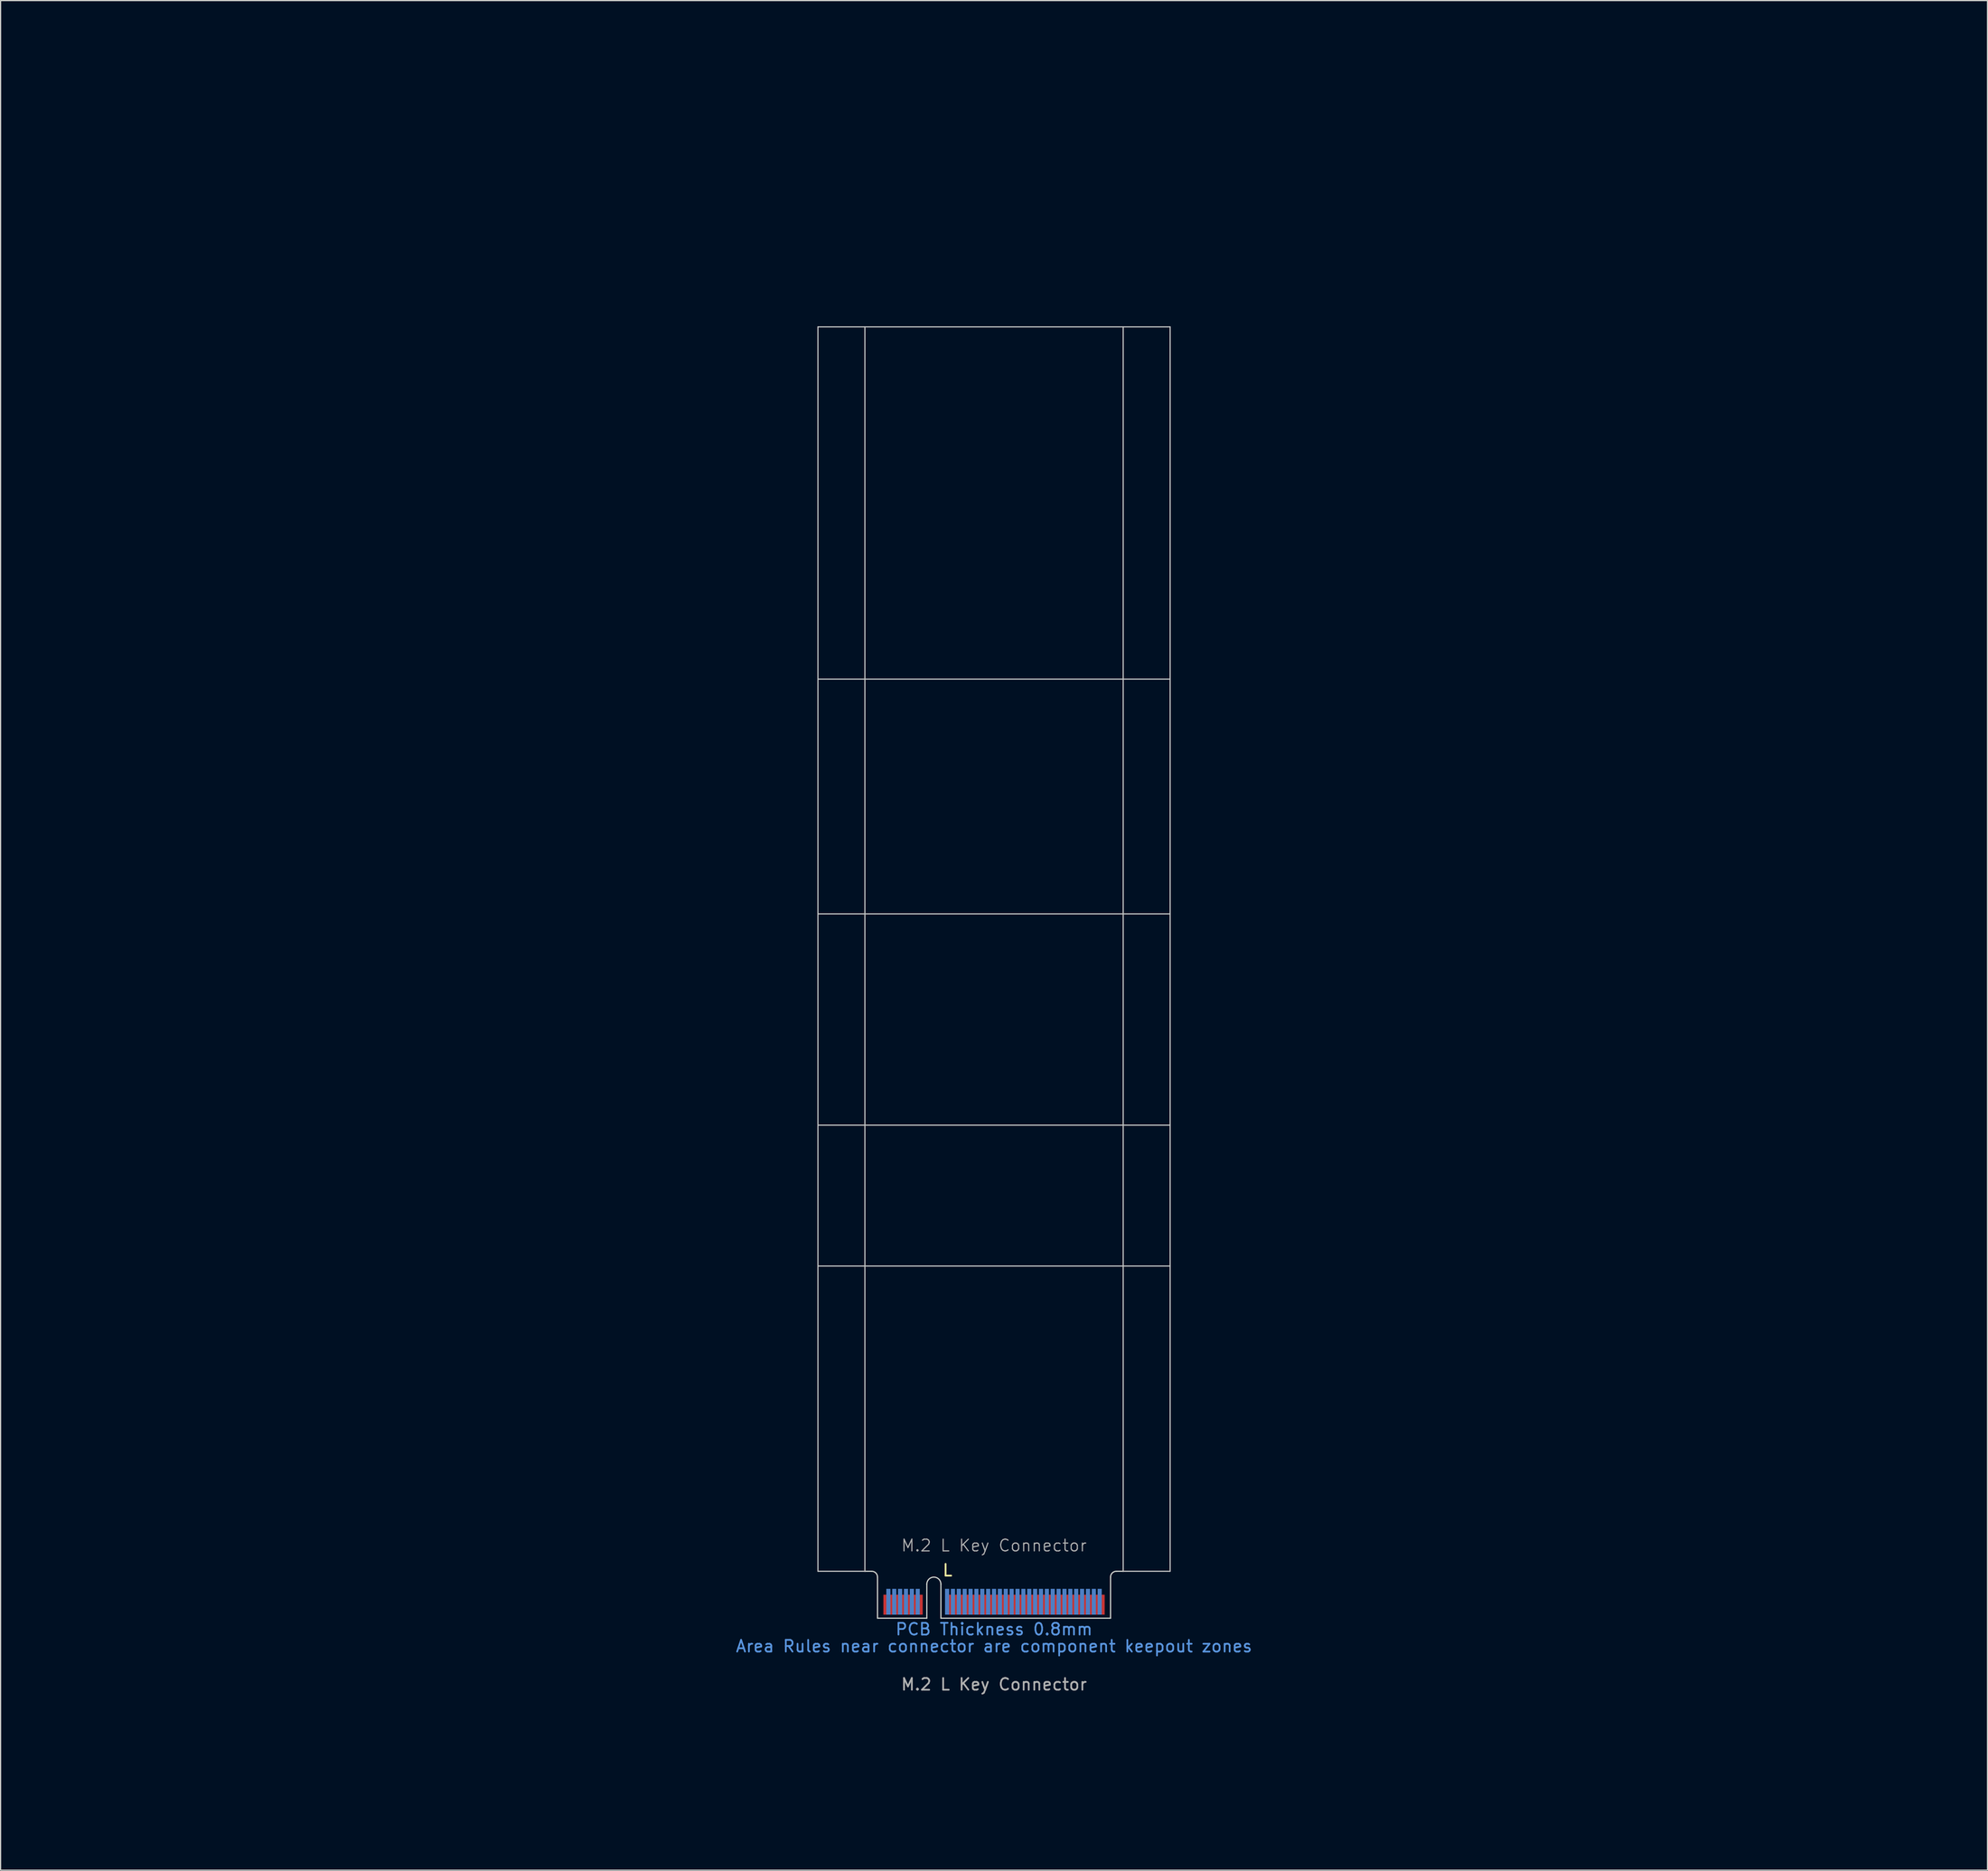
<source format=kicad_pcb>
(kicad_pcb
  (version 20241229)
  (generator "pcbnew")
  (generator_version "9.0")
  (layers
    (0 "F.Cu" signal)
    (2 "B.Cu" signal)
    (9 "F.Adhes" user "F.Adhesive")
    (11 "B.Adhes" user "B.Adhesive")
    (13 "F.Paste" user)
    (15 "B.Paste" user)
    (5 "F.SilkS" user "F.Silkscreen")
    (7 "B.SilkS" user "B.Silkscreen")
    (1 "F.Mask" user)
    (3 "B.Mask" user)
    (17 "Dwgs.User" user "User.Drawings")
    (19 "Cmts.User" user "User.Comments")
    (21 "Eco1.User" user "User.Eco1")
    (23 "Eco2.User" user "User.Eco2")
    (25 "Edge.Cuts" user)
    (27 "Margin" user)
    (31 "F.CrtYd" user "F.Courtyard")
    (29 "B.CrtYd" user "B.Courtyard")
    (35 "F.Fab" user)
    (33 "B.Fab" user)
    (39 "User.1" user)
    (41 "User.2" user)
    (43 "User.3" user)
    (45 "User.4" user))
  (footprint "M.2 L Key Connector"
    (layer "F.Cu")
    (at 81.624 133.687)
    (property "Reference" "M.2 L Key Connector" (at 0 -5.08 0) (unlocked yes) (layer "F.Fab") (effects (font (size 1 1) (thickness 0.1))))
    (attr exclude_from_pos_files exclude_from_bom allow_soldermask_bridges)
    (fp_rect (start -9.925 -0.94) (end 9.925 1.11) (stroke (width 0) (type default)) (fill yes) (layer "F.Mask"))
    (fp_rect (start -9.925 -1.44) (end 9.925 1.11) (stroke (width 0) (type default)) (fill yes) (layer "B.Mask"))
    (fp_line (start -15 -108.89) (end 15 -108.89) (stroke (width 0.1) (type default)) (layer "Dwgs.User"))
    (fp_line (start -15 -78.89) (end 15 -78.89) (stroke (width 0.1) (type default)) (layer "Dwgs.User"))
    (fp_line (start -15 -58.89) (end 15 -58.89) (stroke (width 0.1) (type default)) (layer "Dwgs.User"))
    (fp_line (start -15 -40.89) (end 15 -40.89) (stroke (width 0.1) (type default)) (layer "Dwgs.User"))
    (fp_line (start -15 -28.89) (end 15 -28.89) (stroke (width 0.1) (type default)) (layer "Dwgs.User"))
    (fp_line (start -15 -2.89) (end -15 -108.89) (stroke (width 0.1) (type default)) (layer "Dwgs.User"))
    (fp_line (start -11 -2.89) (end -15 -2.89) (stroke (width 0.1) (type default)) (layer "Dwgs.User"))
    (fp_line (start -11 -2.89) (end -11 -108.89) (stroke (width 0.1) (type default)) (layer "Dwgs.User"))
    (fp_line (start 11 -108.89) (end 11 -2.89) (stroke (width 0.1) (type default)) (layer "Dwgs.User"))
    (fp_line (start 11 -2.89) (end 15 -2.89) (stroke (width 0.1) (type default)) (layer "Dwgs.User"))
    (fp_line (start 15 -108.89) (end 15 -2.89) (stroke (width 0.1) (type default)) (layer "Dwgs.User"))
    (fp_line (start -11 -2.89) (end -10.425 -2.89) (stroke (width 0.1) (type default)) (layer "Edge.Cuts"))
    (fp_line (start -9.925 -2.39) (end -9.925 1.11) (stroke (width 0.1) (type default)) (layer "Edge.Cuts"))
    (fp_line (start -5.725 -1.79) (end -5.725 1.11) (stroke (width 0.1) (type default)) (layer "Edge.Cuts"))
    (fp_line (start -5.725 1.11) (end -9.925 1.11) (stroke (width 0.1) (type default)) (layer "Edge.Cuts"))
    (fp_line (start -4.525 -1.79) (end -4.525 1.11) (stroke (width 0.1) (type default)) (layer "Edge.Cuts"))
    (fp_line (start -4.525 1.11) (end 9.925 1.11) (stroke (width 0.1) (type default)) (layer "Edge.Cuts"))
    (fp_line (start 9.925 -2.39) (end 9.925 1.11) (stroke (width 0.1) (type default)) (layer "Edge.Cuts"))
    (fp_line (start 10.425 -2.89) (end 11 -2.89) (stroke (width 0.1) (type default)) (layer "Edge.Cuts"))
    (fp_arc (start -10.425 -2.89) (mid -10.071447 -2.743553) (end -9.925 -2.39) (stroke (width 0.1) (type default)) (layer "Edge.Cuts"))
    (fp_arc (start -5.725 -1.79) (mid -5.125 -2.39) (end -4.525 -1.79) (stroke (width 0.1) (type default)) (layer "Edge.Cuts"))
    (fp_arc (start 9.925 -2.39) (mid 10.071447 -2.743553) (end 10.425 -2.89) (stroke (width 0.1) (type default)) (layer "Edge.Cuts"))
    (fp_line (start -0.71 -109.6) (end 0.71 -108.18) (stroke (width 0.15) (type default)) (layer "User.3"))
    (fp_line (start -0.71 -79.6) (end 0.71 -78.18) (stroke (width 0.15) (type default)) (layer "User.3"))
    (fp_line (start -0.71 -59.6) (end 0.71 -58.18) (stroke (width 0.15) (type default)) (layer "User.3"))
    (fp_line (start -0.71 -41.6) (end 0.71 -40.18) (stroke (width 0.15) (type default)) (layer "User.3"))
    (fp_line (start -0.71 -29.6) (end 0.71 -28.18) (stroke (width 0.15) (type default)) (layer "User.3"))
    (fp_line (start 0.71 -109.6) (end -0.71 -108.18) (stroke (width 0.15) (type default)) (layer "User.3"))
    (fp_line (start 0.71 -79.6) (end -0.71 -78.18) (stroke (width 0.15) (type default)) (layer "User.3"))
    (fp_line (start 0.71 -59.6) (end -0.71 -58.18) (stroke (width 0.15) (type default)) (layer "User.3"))
    (fp_line (start 0.71 -41.6) (end -0.71 -40.18) (stroke (width 0.15) (type default)) (layer "User.3"))
    (fp_line (start 0.71 -29.6) (end -0.71 -28.18) (stroke (width 0.15) (type default)) (layer "User.3"))
    (fp_rect (start -15 -108.89) (end 15 -105.09) (stroke (width 0.1) (type default)) (fill no) (layer "User.4"))
    (fp_rect (start -15 -78.89) (end 15 -75.09) (stroke (width 0.1) (type default)) (fill no) (layer "User.4"))
    (fp_rect (start -15 -58.89) (end 15 -55.09) (stroke (width 0.1) (type default)) (fill no) (layer "User.4"))
    (fp_rect (start -15 -40.89) (end 15 -37.09) (stroke (width 0.1) (type default)) (fill no) (layer "User.4"))
    (fp_rect (start -15 -28.89) (end 15 -25.09) (stroke (width 0.1) (type default)) (fill no) (layer "User.4"))
    (fp_text user "L" (at -4.465 -2.385 0) (unlocked yes) (layer "F.SilkS") (effects (font (size 1 1) (thickness 0.15)) (justify left bottom)))
    (fp_text user "Area Rules near connector are component keepout zones" (at 0 3.5 0) (unlocked yes) (layer "Cmts.User") (effects (font (size 1 1) (thickness 0.15))))
    (fp_text user "PCB Thickness 0.8mm" (at 0 2.05 0) (unlocked yes) (layer "Cmts.User") (effects (font (size 1 1) (thickness 0.15))))
    (fp_text user "${REFERENCE}" (at 0 6.75 0) (unlocked yes) (layer "F.Fab") (effects (font (size 1 1) (thickness 0.15))))
    (fp_text user "Standard 22, 30mm widths and 30, 42, 60, 80, 110mm lengths shown in Blue (User.2 Layer)" (at 0 18.055 0) (unlocked yes) (layer "User.2") (effects (font (size 2 2) (thickness 0.2))))
    (fp_text user "Place grounded \"M.2 Mounting Pad\" footprint from library on Teal (User.3 Layer) X's" (at 0 13.4 0) (unlocked yes) (layer "User.3") (effects (font (size 2 2) (thickness 0.2))))
    (fp_text user "Yellow areas (User.4 Layer) reserverd for RF recepticals or for components when no RF recepticals used." (at 0 8.83 0) (unlocked yes) (layer "User.4") (effects (font (size 2 2) (thickness 0.2))))
    (dimension (type orthogonal) (layer "User.2") (pts (xy 66.624 23.687) (xy 96.624 23.687)) (height -17.83) (orientation 0) (format (prefix "") (suffix "") (units 3) (units_format 0) (precision 4) (suppress_zeroes yes)) (style (thickness 0.1) (arrow_length 1.27) (text_position_mode 0) (arrow_direction outward) (extension_height 0.586) (extension_offset 0.5) (keep_text_aligned yes)) (gr_text "30" (at 81.624 2.457 0) (layer "User.2") (effects (font (size 3 3) (thickness 0.4)))))
    (dimension (type orthogonal) (layer "User.2") (pts (xy 91.549 134.797) (xy 96.624 104.797)) (height 20.795) (orientation 1) (format (prefix "") (suffix "") (units 3) (units_format 0) (precision 4) (suppress_zeroes yes)) (style (thickness 0.1) (arrow_length 1.27) (text_position_mode 0) (arrow_direction outward) (extension_height 0.586) (extension_offset 0.5) (keep_text_aligned yes)) (gr_text "30" (at 109.044 119.797 90) (layer "User.2") (effects (font (size 3 3) (thickness 0.3)))))
    (dimension (type orthogonal) (layer "User.2") (pts (xy 70.624 24.797) (xy 92.624 24.797)) (height -12.48) (orientation 0) (format (prefix "") (suffix "") (units 3) (units_format 0) (precision 4) (suppress_zeroes yes)) (style (thickness 0.1) (arrow_length 1.27) (text_position_mode 0) (arrow_direction outward) (extension_height 0.586) (extension_offset 0.5) (keep_text_aligned yes)) (gr_text "22" (at 81.624 8.917 0) (layer "User.2") (effects (font (size 3 3) (thickness 0.4)))))
    (dimension (type orthogonal) (layer "User.2") (pts (xy 91.549 134.797) (xy 96.624 24.797)) (height 69.74) (orientation 1) (format (prefix "") (suffix "") (units 3) (units_format 0) (precision 4) (suppress_zeroes yes)) (style (thickness 0.1) (arrow_length 1.27) (text_position_mode 0) (arrow_direction outward) (extension_height 0.586) (extension_offset 0.5) (keep_text_aligned yes)) (gr_text "110" (at 157.989 79.797 90) (layer "User.2") (effects (font (size 3 3) (thickness 0.3)))))
    (dimension (type orthogonal) (layer "User.2") (pts (xy 91.549 134.797) (xy 96.624 74.797)) (height 45.245) (orientation 1) (format (prefix "") (suffix "") (units 3) (units_format 0) (precision 4) (suppress_zeroes yes)) (style (thickness 0.1) (arrow_length 1.27) (text_position_mode 0) (arrow_direction outward) (extension_height 0.586) (extension_offset 0.5) (keep_text_aligned yes)) (gr_text "60" (at 133.494 104.797 90) (layer "User.2") (effects (font (size 3 3) (thickness 0.3)))))
    (dimension (type orthogonal) (layer "User.2") (pts (xy 91.534 134.797) (xy 96.624 54.797)) (height 58.985) (orientation 1) (format (prefix "") (suffix "") (units 3) (units_format 0) (precision 4) (suppress_zeroes yes)) (style (thickness 0.1) (arrow_length 1.27) (text_position_mode 0) (arrow_direction outward) (extension_height 0.586) (extension_offset 0.5) (keep_text_aligned yes)) (gr_text "80" (at 147.219 94.797 90) (layer "User.2") (effects (font (size 3 3) (thickness 0.3)))))
    (dimension (type orthogonal) (layer "User.2") (pts (xy 91.549 134.797) (xy 96.624 92.797)) (height 32.695) (orientation 1) (format (prefix "") (suffix "") (units 3) (units_format 0) (precision 4) (suppress_zeroes yes)) (style (thickness 0.1) (arrow_length 1.27) (text_position_mode 0) (arrow_direction outward) (extension_height 0.586) (extension_offset 0.5) (keep_text_aligned yes)) (gr_text "42" (at 120.944 113.797 90) (layer "User.2") (effects (font (size 3 3) (thickness 0.3)))))
    (pad "1" connect rect (at 9.25 -0.04 180) (size 0.35 1.7) (layers "F.Cu"))
    (pad "2" connect rect (at 9 -0.29 180) (size 0.35 2.2) (layers "B.Cu"))
    (pad "3" connect rect (at 8.75 -0.04 180) (size 0.35 1.7) (layers "F.Cu"))
    (pad "4" connect rect (at 8.5 -0.29 180) (size 0.35 2.2) (layers "B.Cu"))
    (pad "5" connect rect (at 8.25 -0.04 180) (size 0.35 1.7) (layers "F.Cu"))
    (pad "6" connect rect (at 8 -0.29 180) (size 0.35 2.2) (layers "B.Cu"))
    (pad "7" connect rect (at 7.75 -0.04 180) (size 0.35 1.7) (layers "F.Cu"))
    (pad "8" connect rect (at 7.5 -0.29 180) (size 0.35 2.2) (layers "B.Cu"))
    (pad "9" connect rect (at 7.25 -0.04 180) (size 0.35 1.7) (layers "F.Cu"))
    (pad "10" connect rect (at 7 -0.29 180) (size 0.35 2.2) (layers "B.Cu"))
    (pad "11" connect rect (at 6.75 -0.04 180) (size 0.35 1.7) (layers "F.Cu"))
    (pad "12" connect rect (at 6.5 -0.29 180) (size 0.35 2.2) (layers "B.Cu"))
    (pad "13" connect rect (at 6.25 -0.04 180) (size 0.35 1.7) (layers "F.Cu"))
    (pad "14" connect rect (at 6 -0.29 180) (size 0.35 2.2) (layers "B.Cu"))
    (pad "15" connect rect (at 5.75 -0.04 180) (size 0.35 1.7) (layers "F.Cu"))
    (pad "16" connect rect (at 5.5 -0.29 180) (size 0.35 2.2) (layers "B.Cu"))
    (pad "17" connect rect (at 5.25 -0.04 180) (size 0.35 1.7) (layers "F.Cu"))
    (pad "18" connect rect (at 5 -0.29 180) (size 0.35 2.2) (layers "B.Cu"))
    (pad "19" connect rect (at 4.75 -0.04 180) (size 0.35 1.7) (layers "F.Cu"))
    (pad "20" connect rect (at 4.5 -0.29 180) (size 0.35 2.2) (layers "B.Cu"))
    (pad "21" connect rect (at 4.25 -0.04 180) (size 0.35 1.7) (layers "F.Cu"))
    (pad "22" connect rect (at 4 -0.29 180) (size 0.35 2.2) (layers "B.Cu"))
    (pad "23" connect rect (at 3.75 -0.04 180) (size 0.35 1.7) (layers "F.Cu"))
    (pad "24" connect rect (at 3.5 -0.29 180) (size 0.35 2.2) (layers "B.Cu"))
    (pad "25" connect rect (at 3.25 -0.04 180) (size 0.35 1.7) (layers "F.Cu"))
    (pad "26" connect rect (at 3 -0.29 180) (size 0.35 2.2) (layers "B.Cu"))
    (pad "27" connect rect (at 2.75 -0.04 180) (size 0.35 1.7) (layers "F.Cu"))
    (pad "28" connect rect (at 2.5 -0.29 180) (size 0.35 2.2) (layers "B.Cu"))
    (pad "29" connect rect (at 2.25 -0.04 180) (size 0.35 1.7) (layers "F.Cu"))
    (pad "30" connect rect (at 2 -0.29 180) (size 0.35 2.2) (layers "B.Cu"))
    (pad "31" connect rect (at 1.75 -0.04 180) (size 0.35 1.7) (layers "F.Cu"))
    (pad "32" connect rect (at 1.5 -0.29 180) (size 0.35 2.2) (layers "B.Cu"))
    (pad "33" connect rect (at 1.25 -0.04 180) (size 0.35 1.7) (layers "F.Cu"))
    (pad "34" connect rect (at 1 -0.29 180) (size 0.35 2.2) (layers "B.Cu"))
    (pad "35" connect rect (at 0.75 -0.04 180) (size 0.35 1.7) (layers "F.Cu"))
    (pad "36" connect rect (at 0.5 -0.29 180) (size 0.35 2.2) (layers "B.Cu"))
    (pad "37" connect rect (at 0.25 -0.04 180) (size 0.35 1.7) (layers "F.Cu"))
    (pad "38" connect rect (at 0 -0.29 180) (size 0.35 2.2) (layers "B.Cu"))
    (pad "39" connect rect (at -0.25 -0.04 180) (size 0.35 1.7) (layers "F.Cu"))
    (pad "40" connect rect (at -0.5 -0.29 180) (size 0.35 2.2) (layers "B.Cu"))
    (pad "41" connect rect (at -0.75 -0.04 180) (size 0.35 1.7) (layers "F.Cu"))
    (pad "42" connect rect (at -1 -0.29 180) (size 0.35 2.2) (layers "B.Cu"))
    (pad "43" connect rect (at -1.25 -0.04 180) (size 0.35 1.7) (layers "F.Cu"))
    (pad "44" connect rect (at -1.5 -0.29 180) (size 0.35 2.2) (layers "B.Cu"))
    (pad "45" connect rect (at -1.75 -0.04 180) (size 0.35 1.7) (layers "F.Cu"))
    (pad "46" connect rect (at -2 -0.29 180) (size 0.35 2.2) (layers "B.Cu"))
    (pad "47" connect rect (at -2.25 -0.04 180) (size 0.35 1.7) (layers "F.Cu"))
    (pad "48" connect rect (at -2.5 -0.29 180) (size 0.35 2.2) (layers "B.Cu"))
    (pad "49" connect rect (at -2.75 -0.04 180) (size 0.35 1.7) (layers "F.Cu"))
    (pad "50" connect rect (at -3 -0.29 180) (size 0.35 2.2) (layers "B.Cu"))
    (pad "51" connect rect (at -3.25 -0.04 180) (size 0.35 1.7) (layers "F.Cu"))
    (pad "52" connect rect (at -3.5 -0.29 180) (size 0.35 2.2) (layers "B.Cu"))
    (pad "53" connect rect (at -3.75 -0.04 180) (size 0.35 1.7) (layers "F.Cu"))
    (pad "54" connect rect (at -4 -0.29 180) (size 0.35 2.2) (layers "B.Cu"))
    (pad "63" connect rect (at -6.25 -0.04 180) (size 0.35 1.7) (layers "F.Cu"))
    (pad "64" connect rect (at -6.5 -0.29 180) (size 0.35 2.2) (layers "B.Cu"))
    (pad "65" connect rect (at -6.75 -0.04 180) (size 0.35 1.7) (layers "F.Cu"))
    (pad "66" connect rect (at -7 -0.29 180) (size 0.35 2.2) (layers "B.Cu"))
    (pad "67" connect rect (at -7.25 -0.04 180) (size 0.35 1.7) (layers "F.Cu"))
    (pad "68" connect rect (at -7.5 -0.29 180) (size 0.35 2.2) (layers "B.Cu"))
    (pad "69" connect rect (at -7.75 -0.04 180) (size 0.35 1.7) (layers "F.Cu"))
    (pad "70" connect rect (at -8 -0.29 180) (size 0.35 2.2) (layers "B.Cu"))
    (pad "71" connect rect (at -8.25 -0.04 180) (size 0.35 1.7) (layers "F.Cu"))
    (pad "72" connect rect (at -8.5 -0.29 180) (size 0.35 2.2) (layers "B.Cu"))
    (pad "73" connect rect (at -8.75 -0.04 180) (size 0.35 1.7) (layers "F.Cu"))
    (pad "74" connect rect (at -9 -0.29 180) (size 0.35 2.2) (layers "B.Cu"))
    (pad "75" connect rect (at -9.25 -0.04 180) (size 0.35 1.7) (layers "F.Cu"))
    (zone (net_name "") (layer "F.Cu") (name "Front Component Keepout") (hatch full 0.5) (connect_pads) (min_thickness 0.25) (filled_areas_thickness no) (keepout (tracks allowed) (vias allowed) (pads allowed) (copperpour allowed) (footprints not_allowed)) (placement (enabled no)) (fill) (polygon (pts (xy 96.624 130.797) (xy 96.624 134.797) (xy 66.624 134.797) (xy 66.624 130.797))))
    (zone (net_name "") (layer "B.Cu") (name "Rear Component Keepout") (hatch full 0.5) (connect_pads) (min_thickness 0.25) (filled_areas_thickness no) (keepout (tracks allowed) (vias allowed) (pads allowed) (copperpour allowed) (footprints not_allowed)) (placement (enabled no)) (fill) (polygon (pts (xy 96.624 134.797) (xy 96.624 129.597) (xy 66.624 129.597) (xy 66.624 134.797)))))
  (gr_rect
    (start -3 -3)
    (end 166.248 156.263)
    (stroke (width 0.1) (type default))
    (fill no)
    (layer "Edge.Cuts")))
</source>
